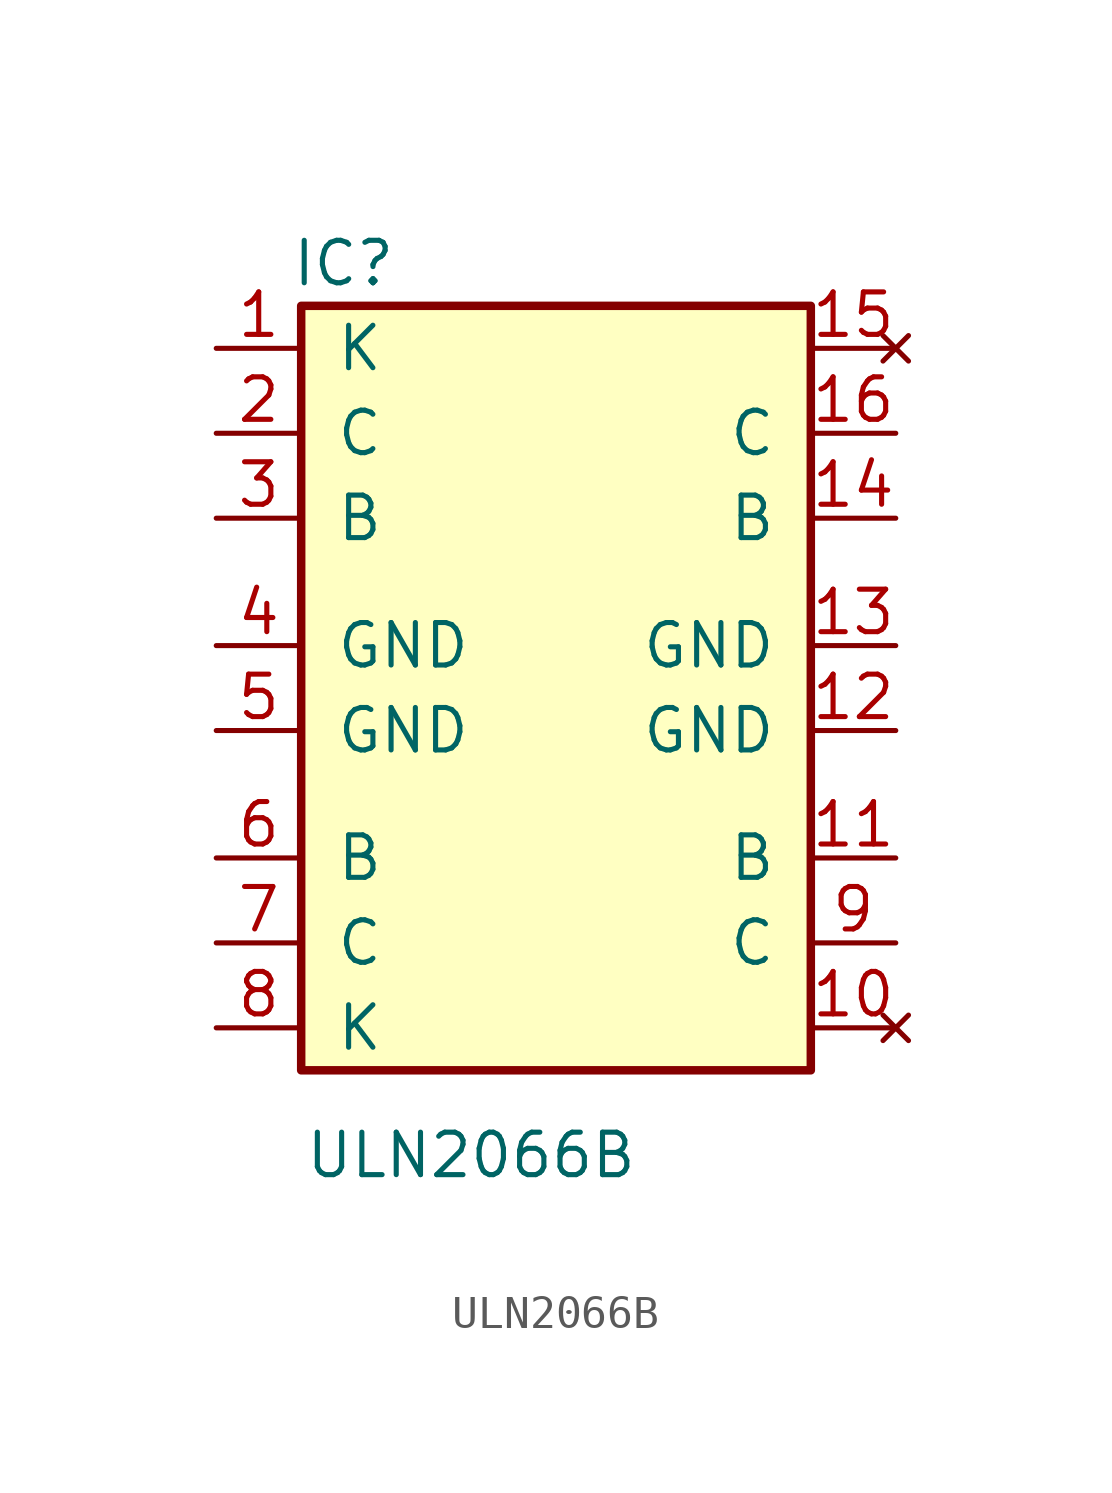
<source format=kicad_sym>
(kicad_symbol_lib
  (version 20231120)
  (generator "kicad_symbol_editor")
  (generator_version "8.0")
  (symbol "ULN2066B"
    (pin_names
      (offset 1.016))
    (property "Reference" "IC"
      (at -6.35 12.7 0)
      (effects (font (size 1.27 1.27))))
    (property "Value" "ULN2066B"
      (at -2.54 -13.97 0)
      (effects (font (size 1.27 1.27))))
    (symbol "ULN2066B_1_1"
      (rectangle (start -7.62 -11.43) (end 7.62 11.43) (stroke (width 0.254) (type solid)) (fill (type background)))
      (pin input line (at -10.16 10.16 0) (length 2.54) (name "K" (effects (font (size 1.27 1.27)))) (number "1" (effects (font (size 1.27 1.27)))))
      (pin no_connect line (at 10.16 -10.16 180) (length 2.54) (name "~" (effects (font (size 1.27 1.27)))) (number "10" (effects (font (size 1.27 1.27)))))
      (pin input line (at 10.16 -5.08 180) (length 2.54) (name "B" (effects (font (size 1.27 1.27)))) (number "11" (effects (font (size 1.27 1.27)))))
      (pin power_in line (at 10.16 -1.27 180) (length 2.54) (name "GND" (effects (font (size 1.27 1.27)))) (number "12" (effects (font (size 1.27 1.27)))))
      (pin power_in line (at 10.16 1.27 180) (length 2.54) (name "GND" (effects (font (size 1.27 1.27)))) (number "13" (effects (font (size 1.27 1.27)))))
      (pin input line (at 10.16 5.08 180) (length 2.54) (name "B" (effects (font (size 1.27 1.27)))) (number "14" (effects (font (size 1.27 1.27)))))
      (pin no_connect line (at 10.16 10.16 180) (length 2.54) (name "~" (effects (font (size 1.27 1.27)))) (number "15" (effects (font (size 1.27 1.27)))))
      (pin input line (at 10.16 7.62 180) (length 2.54) (name "C" (effects (font (size 1.27 1.27)))) (number "16" (effects (font (size 1.27 1.27)))))
      (pin input line (at -10.16 7.62 0) (length 2.54) (name "C" (effects (font (size 1.27 1.27)))) (number "2" (effects (font (size 1.27 1.27)))))
      (pin input line (at -10.16 5.08 0) (length 2.54) (name "B" (effects (font (size 1.27 1.27)))) (number "3" (effects (font (size 1.27 1.27)))))
      (pin power_in line (at -10.16 1.27 0) (length 2.54) (name "GND" (effects (font (size 1.27 1.27)))) (number "4" (effects (font (size 1.27 1.27)))))
      (pin power_in line (at -10.16 -1.27 0) (length 2.54) (name "GND" (effects (font (size 1.27 1.27)))) (number "5" (effects (font (size 1.27 1.27)))))
      (pin input line (at -10.16 -5.08 0) (length 2.54) (name "B" (effects (font (size 1.27 1.27)))) (number "6" (effects (font (size 1.27 1.27)))))
      (pin input line (at -10.16 -7.62 0) (length 2.54) (name "C" (effects (font (size 1.27 1.27)))) (number "7" (effects (font (size 1.27 1.27)))))
      (pin input line (at -10.16 -10.16 0) (length 2.54) (name "K" (effects (font (size 1.27 1.27)))) (number "8" (effects (font (size 1.27 1.27)))))
      (pin input line (at 10.16 -7.62 180) (length 2.54) (name "C" (effects (font (size 1.27 1.27)))) (number "9" (effects (font (size 1.27 1.27))))))))
</source>
